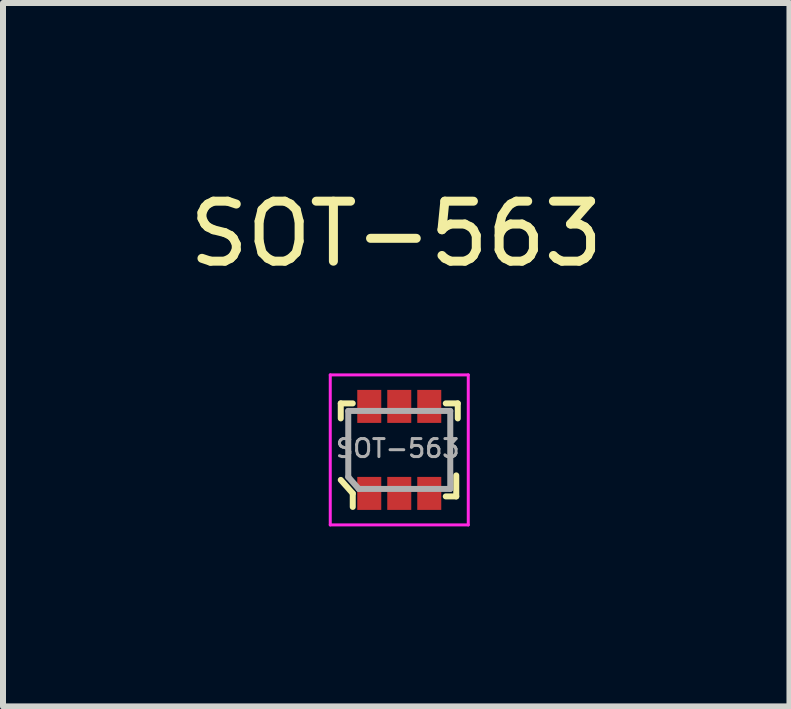
<source format=kicad_pcb>
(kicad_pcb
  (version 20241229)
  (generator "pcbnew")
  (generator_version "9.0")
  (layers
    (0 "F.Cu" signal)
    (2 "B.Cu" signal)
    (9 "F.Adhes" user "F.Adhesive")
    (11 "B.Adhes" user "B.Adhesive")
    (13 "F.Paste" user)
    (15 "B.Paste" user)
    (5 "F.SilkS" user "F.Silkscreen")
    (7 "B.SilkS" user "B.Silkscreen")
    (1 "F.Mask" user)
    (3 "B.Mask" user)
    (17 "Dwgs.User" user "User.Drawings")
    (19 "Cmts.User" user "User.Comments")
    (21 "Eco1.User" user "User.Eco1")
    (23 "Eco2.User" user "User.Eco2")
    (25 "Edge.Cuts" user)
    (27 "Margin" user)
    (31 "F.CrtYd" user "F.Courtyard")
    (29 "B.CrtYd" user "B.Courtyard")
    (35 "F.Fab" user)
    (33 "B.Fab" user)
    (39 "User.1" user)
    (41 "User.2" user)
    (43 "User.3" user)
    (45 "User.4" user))
  (footprint "SOT-563"
    (layer "F.Cu")
    (at 3.604 4.448)
    (property "Reference" "SOT-563" (at -0.05 -3.6 0) (layer "F.SilkS") (effects (font (size 1 1) (thickness 0.15))))
    (attr through_hole)
    (fp_line (start -0.975 -0.775) (end -0.975 -0.525) (stroke (width 0.1) (type solid)) (layer "F.SilkS"))
    (fp_line (start -0.975 -0.775) (end -0.775 -0.775) (stroke (width 0.1) (type solid)) (layer "F.SilkS"))
    (fp_line (start -0.975 0.5) (end -0.775 0.725) (stroke (width 0.1) (type solid)) (layer "F.SilkS"))
    (fp_line (start -0.775 0.725) (end -0.775 0.95) (stroke (width 0.1) (type solid)) (layer "F.SilkS"))
    (fp_line (start 0.775 -0.775) (end 0.975 -0.775) (stroke (width 0.1) (type solid)) (layer "F.SilkS"))
    (fp_line (start 0.775 0.775) (end 0.95 0.775) (stroke (width 0.1) (type solid)) (layer "F.SilkS"))
    (fp_line (start 0.95 0.775) (end 0.95 0.425) (stroke (width 0.1) (type solid)) (layer "F.SilkS"))
    (fp_line (start 0.975 -0.775) (end 0.975 -0.525) (stroke (width 0.1) (type solid)) (layer "F.SilkS"))
    (fp_line (start -1.15 -1.25) (end 1.15 -1.25) (stroke (width 0.05) (type solid)) (layer "F.CrtYd"))
    (fp_line (start -1.15 1.25) (end -1.15 -1.25) (stroke (width 0.05) (type solid)) (layer "F.CrtYd"))
    (fp_line (start 1.15 -1.25) (end 1.15 1.25) (stroke (width 0.05) (type solid)) (layer "F.CrtYd"))
    (fp_line (start 1.15 1.25) (end -1.15 1.25) (stroke (width 0.05) (type solid)) (layer "F.CrtYd"))
    (fp_line (start -0.85 -0.65) (end 0.85 -0.65) (stroke (width 0.1) (type solid)) (layer "F.Fab"))
    (fp_line (start -0.85 0.45) (end -0.85 -0.65) (stroke (width 0.1) (type solid)) (layer "F.Fab"))
    (fp_line (start -0.85 0.45) (end -0.675 0.65) (stroke (width 0.1) (type solid)) (layer "F.Fab"))
    (fp_line (start -0.675 0.65) (end 0.85 0.65) (stroke (width 0.1) (type solid)) (layer "F.Fab"))
    (fp_line (start 0.85 -0.65) (end 0.85 0.65) (stroke (width 0.1) (type solid)) (layer "F.Fab"))
    (fp_text user "${REFERENCE}" (at -0.025 -0.025 0) (layer "F.Fab") (effects (font (size 0.3 0.3) (thickness 0.05))))
    (pad "1" smd rect (at -0.5 0.725) (size 0.4 0.55) (layers "F.Cu" "F.Mask" "F.Paste"))
    (pad "2" smd rect (at 0 0.725) (size 0.4 0.55) (layers "F.Cu" "F.Mask" "F.Paste"))
    (pad "3" smd rect (at 0.5 0.725) (size 0.4 0.55) (layers "F.Cu" "F.Mask" "F.Paste"))
    (pad "4" smd rect (at 0.5 -0.725) (size 0.4 0.55) (layers "F.Cu" "F.Mask" "F.Paste"))
    (pad "5" smd rect (at 0 -0.725) (size 0.4 0.55) (layers "F.Cu" "F.Mask" "F.Paste"))
    (pad "6" smd rect (at -0.5 -0.725) (size 0.4 0.55) (layers "F.Cu" "F.Mask" "F.Paste")))
  (gr_rect
    (start -3 -3)
    (end 10.107 8.723)
    (stroke (width 0.1) (type default))
    (fill no)
    (layer "Edge.Cuts")))
</source>
